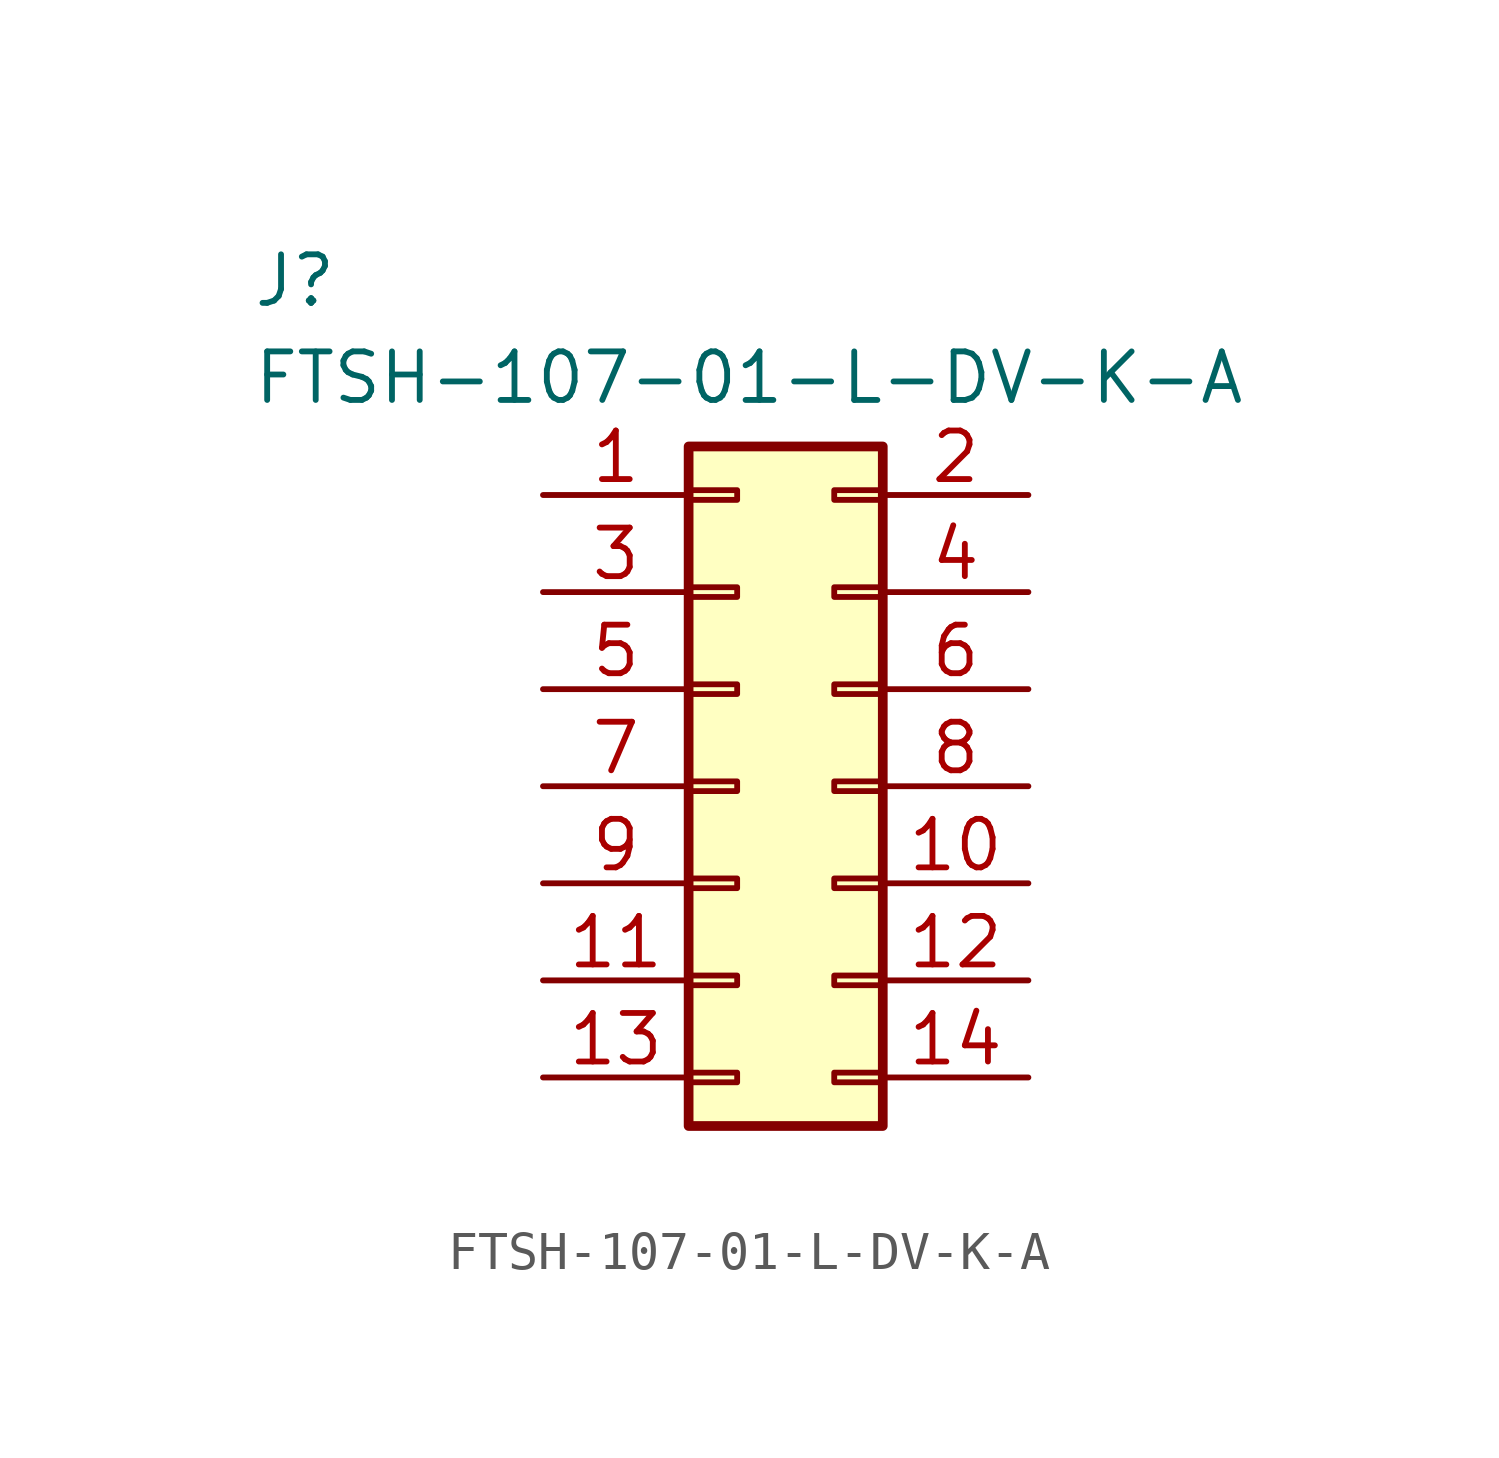
<source format=kicad_sym>
(kicad_symbol_lib
  (version 20231120)
  (generator "kicad_symbol_editor")
  (generator_version "8.0")
  (symbol "FTSH-107-01-L-DV-K-A"
    (pin_names hide)
    (property "Reference" "J"
      (at -13.97 13.97 0)
      (effects (font (size 1.27 1.27)) (justify left top)))
    (property "Value" "FTSH-107-01-L-DV-K-A"
      (at -13.97 11.43 0)
      (effects (font (size 1.27 1.27)) (justify left top)))
    (symbol "FTSH-107-01-L-DV-K-A_1_1"
      (rectangle (start -2.54 -7.493) (end -1.27 -7.747) (stroke (width 0.152) (type default)) (fill (type none)))
      (rectangle (start -2.54 -4.953) (end -1.27 -5.207) (stroke (width 0.152) (type default)) (fill (type none)))
      (rectangle (start -2.54 -2.413) (end -1.27 -2.667) (stroke (width 0.152) (type default)) (fill (type none)))
      (rectangle (start -2.54 0.127) (end -1.27 -0.127) (stroke (width 0.152) (type default)) (fill (type none)))
      (rectangle (start -2.54 2.667) (end -1.27 2.413) (stroke (width 0.152) (type default)) (fill (type none)))
      (rectangle (start -2.54 5.207) (end -1.27 4.953) (stroke (width 0.152) (type default)) (fill (type none)))
      (rectangle (start -2.54 7.747) (end -1.27 7.493) (stroke (width 0.152) (type default)) (fill (type none)))
      (rectangle (start -2.54 8.89) (end 2.54 -8.89) (stroke (width 0.254) (type default)) (fill (type background)))
      (rectangle (start 2.54 -7.493) (end 1.27 -7.747) (stroke (width 0.152) (type default)) (fill (type none)))
      (rectangle (start 2.54 -4.953) (end 1.27 -5.207) (stroke (width 0.152) (type default)) (fill (type none)))
      (rectangle (start 2.54 -2.413) (end 1.27 -2.667) (stroke (width 0.152) (type default)) (fill (type none)))
      (rectangle (start 2.54 0.127) (end 1.27 -0.127) (stroke (width 0.152) (type default)) (fill (type none)))
      (rectangle (start 2.54 2.667) (end 1.27 2.413) (stroke (width 0.152) (type default)) (fill (type none)))
      (rectangle (start 2.54 5.207) (end 1.27 4.953) (stroke (width 0.152) (type default)) (fill (type none)))
      (rectangle (start 2.54 7.747) (end 1.27 7.493) (stroke (width 0.152) (type default)) (fill (type none)))
      (pin passive line (at -6.35 7.62 0) (length 3.81) (name "Pin_1" (effects (font (size 1.27 1.27)))) (number "1" (effects (font (size 1.27 1.27)))))
      (pin passive line (at 6.35 -2.54 180) (length 3.81) (name "Pin_10" (effects (font (size 1.27 1.27)))) (number "10" (effects (font (size 1.27 1.27)))))
      (pin passive line (at -6.35 -5.08 0) (length 3.81) (name "Pin_11" (effects (font (size 1.27 1.27)))) (number "11" (effects (font (size 1.27 1.27)))))
      (pin passive line (at 6.35 -5.08 180) (length 3.81) (name "Pin_12" (effects (font (size 1.27 1.27)))) (number "12" (effects (font (size 1.27 1.27)))))
      (pin passive line (at -6.35 -7.62 0) (length 3.81) (name "Pin_13" (effects (font (size 1.27 1.27)))) (number "13" (effects (font (size 1.27 1.27)))))
      (pin passive line (at 6.35 -7.62 180) (length 3.81) (name "Pin_14" (effects (font (size 1.27 1.27)))) (number "14" (effects (font (size 1.27 1.27)))))
      (pin passive line (at 6.35 7.62 180) (length 3.81) (name "Pin_2" (effects (font (size 1.27 1.27)))) (number "2" (effects (font (size 1.27 1.27)))))
      (pin passive line (at -6.35 5.08 0) (length 3.81) (name "Pin_3" (effects (font (size 1.27 1.27)))) (number "3" (effects (font (size 1.27 1.27)))))
      (pin passive line (at 6.35 5.08 180) (length 3.81) (name "Pin_4" (effects (font (size 1.27 1.27)))) (number "4" (effects (font (size 1.27 1.27)))))
      (pin passive line (at -6.35 2.54 0) (length 3.81) (name "Pin_5" (effects (font (size 1.27 1.27)))) (number "5" (effects (font (size 1.27 1.27)))))
      (pin passive line (at 6.35 2.54 180) (length 3.81) (name "Pin_6" (effects (font (size 1.27 1.27)))) (number "6" (effects (font (size 1.27 1.27)))))
      (pin passive line (at -6.35 0 0) (length 3.81) (name "Pin_7" (effects (font (size 1.27 1.27)))) (number "7" (effects (font (size 1.27 1.27)))))
      (pin passive line (at 6.35 0 180) (length 3.81) (name "Pin_8" (effects (font (size 1.27 1.27)))) (number "8" (effects (font (size 1.27 1.27)))))
      (pin passive line (at -6.35 -2.54 0) (length 3.81) (name "Pin_9" (effects (font (size 1.27 1.27)))) (number "9" (effects (font (size 1.27 1.27))))))))
</source>
